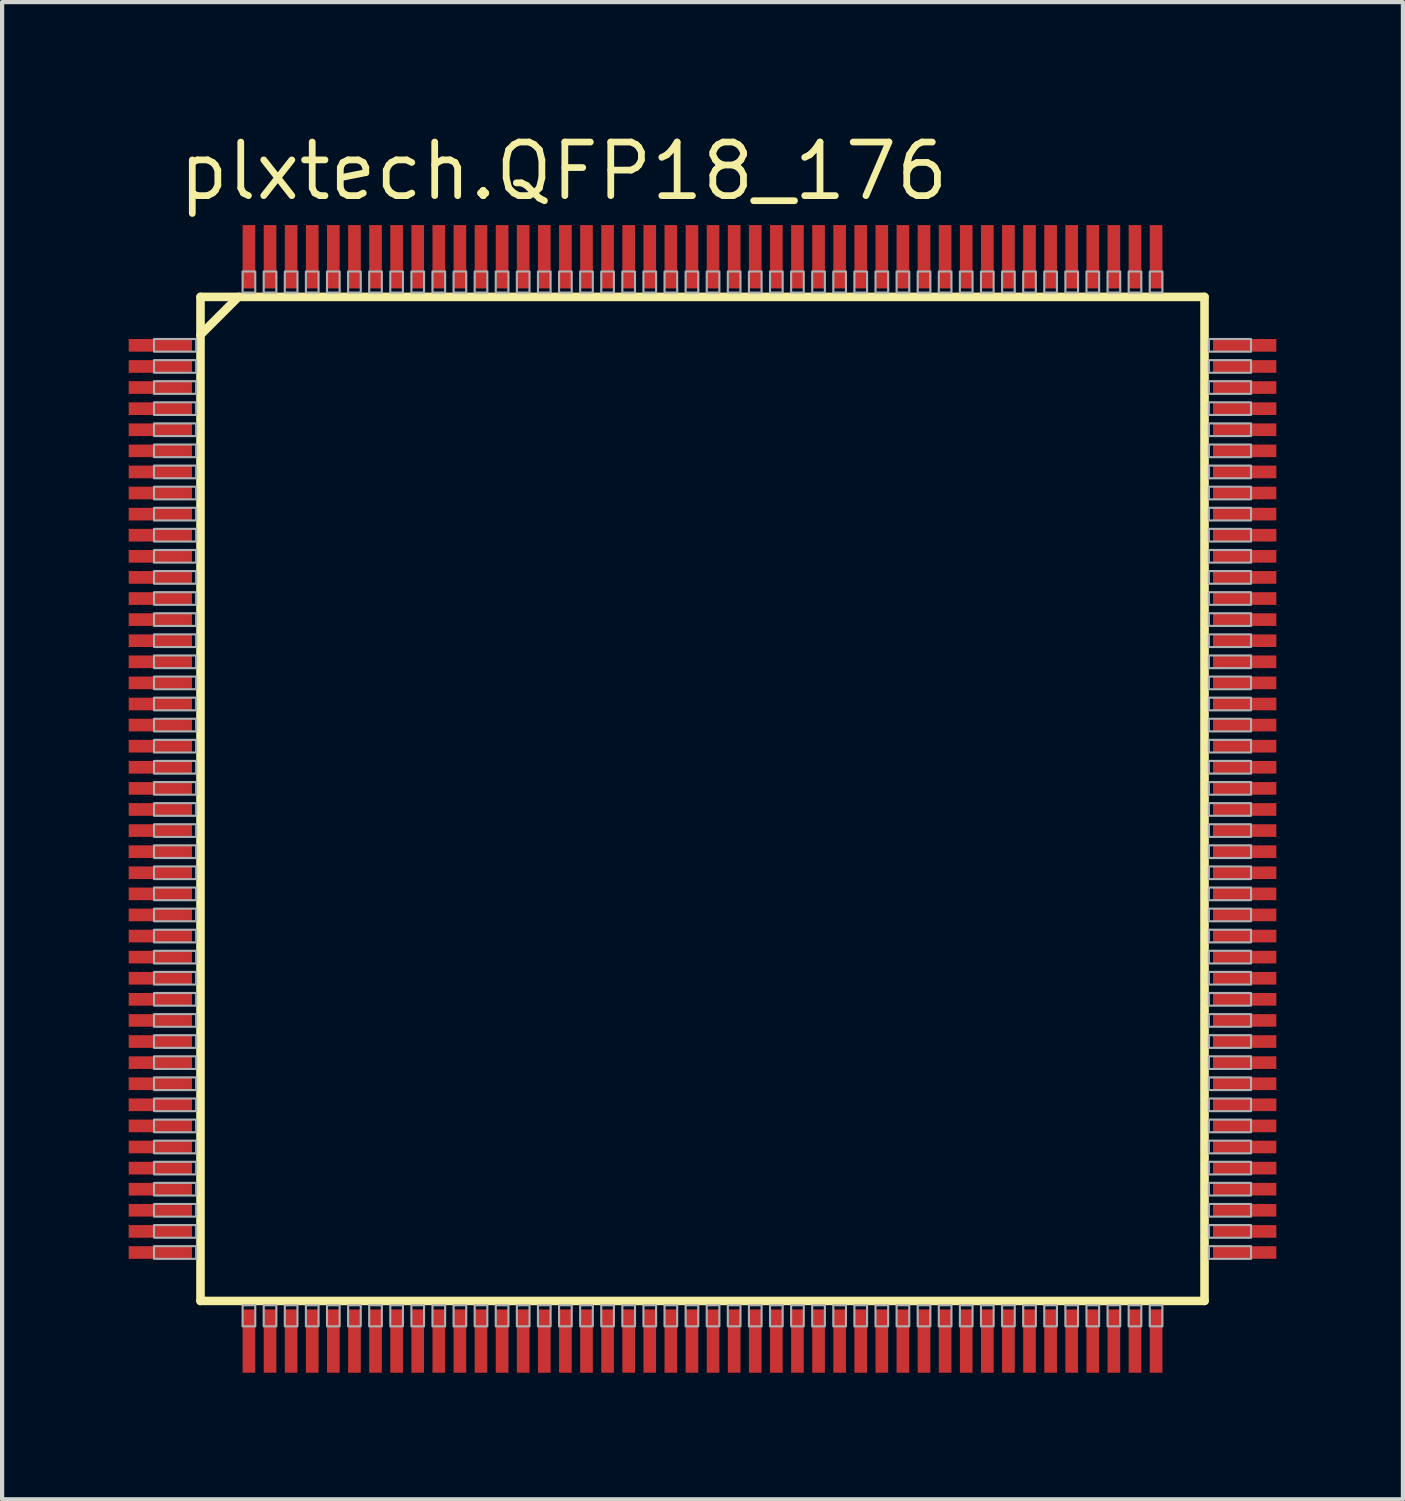
<source format=kicad_pcb>
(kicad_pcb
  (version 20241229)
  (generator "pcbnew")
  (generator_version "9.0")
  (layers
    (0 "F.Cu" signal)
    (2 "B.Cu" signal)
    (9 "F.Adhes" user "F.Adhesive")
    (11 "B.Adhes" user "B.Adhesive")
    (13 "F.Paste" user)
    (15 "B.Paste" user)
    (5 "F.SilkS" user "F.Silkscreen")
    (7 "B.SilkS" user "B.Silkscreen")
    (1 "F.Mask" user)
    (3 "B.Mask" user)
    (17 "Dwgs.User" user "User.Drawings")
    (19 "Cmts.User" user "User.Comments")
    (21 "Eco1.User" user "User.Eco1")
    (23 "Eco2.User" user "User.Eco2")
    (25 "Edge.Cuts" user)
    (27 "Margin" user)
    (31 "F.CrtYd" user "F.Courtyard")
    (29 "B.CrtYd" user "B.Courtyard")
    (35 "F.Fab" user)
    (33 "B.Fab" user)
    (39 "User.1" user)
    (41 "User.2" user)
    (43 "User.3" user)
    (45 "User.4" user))
  (footprint "plxtech.QFP18_176"
    (layer "F.Cu")
    (at 13.6 15.885)
    (property "Reference" "plxtech.QFP18_176" (at -12.5 -14.135 0) (layer "F.SilkS") (effects (font (size 1.27 1.27) (thickness 0.16)) (justify left bottom)))
    (attr smd)
    (fp_line (start -11.898 -11.898) (end -11.898 11.898) (stroke (width 0.203) (type default)) (layer "F.SilkS"))
    (fp_line (start -11.898 -11) (end -11 -11.898) (stroke (width 0.203) (type default)) (layer "F.SilkS"))
    (fp_line (start -11.898 11.898) (end 11.898 11.898) (stroke (width 0.203) (type default)) (layer "F.SilkS"))
    (fp_line (start 11.898 -11.898) (end -11.898 -11.898) (stroke (width 0.203) (type default)) (layer "F.SilkS"))
    (fp_line (start 11.898 11.898) (end 11.898 -11.898) (stroke (width 0.203) (type default)) (layer "F.SilkS"))
    (fp_rect (start -13 -10.6) (end -12 -10.9) (stroke (width 0.05) (type default)) (fill no) (layer "F.Fab"))
    (fp_rect (start -13 -10.1) (end -12 -10.4) (stroke (width 0.05) (type default)) (fill no) (layer "F.Fab"))
    (fp_rect (start -13 -9.6) (end -12 -9.9) (stroke (width 0.05) (type default)) (fill no) (layer "F.Fab"))
    (fp_rect (start -13 -9.1) (end -12 -9.4) (stroke (width 0.05) (type default)) (fill no) (layer "F.Fab"))
    (fp_rect (start -13 -8.6) (end -12 -8.9) (stroke (width 0.05) (type default)) (fill no) (layer "F.Fab"))
    (fp_rect (start -13 -8.1) (end -12 -8.4) (stroke (width 0.05) (type default)) (fill no) (layer "F.Fab"))
    (fp_rect (start -13 -7.6) (end -12 -7.9) (stroke (width 0.05) (type default)) (fill no) (layer "F.Fab"))
    (fp_rect (start -13 -7.1) (end -12 -7.4) (stroke (width 0.05) (type default)) (fill no) (layer "F.Fab"))
    (fp_rect (start -13 -6.6) (end -12 -6.9) (stroke (width 0.05) (type default)) (fill no) (layer "F.Fab"))
    (fp_rect (start -13 -6.1) (end -12 -6.4) (stroke (width 0.05) (type default)) (fill no) (layer "F.Fab"))
    (fp_rect (start -13 -5.6) (end -12 -5.9) (stroke (width 0.05) (type default)) (fill no) (layer "F.Fab"))
    (fp_rect (start -13 -5.1) (end -12 -5.4) (stroke (width 0.05) (type default)) (fill no) (layer "F.Fab"))
    (fp_rect (start -13 -4.6) (end -12 -4.9) (stroke (width 0.05) (type default)) (fill no) (layer "F.Fab"))
    (fp_rect (start -13 -4.1) (end -12 -4.4) (stroke (width 0.05) (type default)) (fill no) (layer "F.Fab"))
    (fp_rect (start -13 -3.6) (end -12 -3.9) (stroke (width 0.05) (type default)) (fill no) (layer "F.Fab"))
    (fp_rect (start -13 -3.1) (end -12 -3.4) (stroke (width 0.05) (type default)) (fill no) (layer "F.Fab"))
    (fp_rect (start -13 -2.6) (end -12 -2.9) (stroke (width 0.05) (type default)) (fill no) (layer "F.Fab"))
    (fp_rect (start -13 -2.1) (end -12 -2.4) (stroke (width 0.05) (type default)) (fill no) (layer "F.Fab"))
    (fp_rect (start -13 -1.6) (end -12 -1.9) (stroke (width 0.05) (type default)) (fill no) (layer "F.Fab"))
    (fp_rect (start -13 -1.1) (end -12 -1.4) (stroke (width 0.05) (type default)) (fill no) (layer "F.Fab"))
    (fp_rect (start -13 -0.6) (end -12 -0.9) (stroke (width 0.05) (type default)) (fill no) (layer "F.Fab"))
    (fp_rect (start -13 -0.1) (end -12 -0.4) (stroke (width 0.05) (type default)) (fill no) (layer "F.Fab"))
    (fp_rect (start -13 0.4) (end -12 0.1) (stroke (width 0.05) (type default)) (fill no) (layer "F.Fab"))
    (fp_rect (start -13 0.9) (end -12 0.6) (stroke (width 0.05) (type default)) (fill no) (layer "F.Fab"))
    (fp_rect (start -13 1.4) (end -12 1.1) (stroke (width 0.05) (type default)) (fill no) (layer "F.Fab"))
    (fp_rect (start -13 1.9) (end -12 1.6) (stroke (width 0.05) (type default)) (fill no) (layer "F.Fab"))
    (fp_rect (start -13 2.4) (end -12 2.1) (stroke (width 0.05) (type default)) (fill no) (layer "F.Fab"))
    (fp_rect (start -13 2.9) (end -12 2.6) (stroke (width 0.05) (type default)) (fill no) (layer "F.Fab"))
    (fp_rect (start -13 3.4) (end -12 3.1) (stroke (width 0.05) (type default)) (fill no) (layer "F.Fab"))
    (fp_rect (start -13 3.9) (end -12 3.6) (stroke (width 0.05) (type default)) (fill no) (layer "F.Fab"))
    (fp_rect (start -13 4.4) (end -12 4.1) (stroke (width 0.05) (type default)) (fill no) (layer "F.Fab"))
    (fp_rect (start -13 4.9) (end -12 4.6) (stroke (width 0.05) (type default)) (fill no) (layer "F.Fab"))
    (fp_rect (start -13 5.4) (end -12 5.1) (stroke (width 0.05) (type default)) (fill no) (layer "F.Fab"))
    (fp_rect (start -13 5.9) (end -12 5.6) (stroke (width 0.05) (type default)) (fill no) (layer "F.Fab"))
    (fp_rect (start -13 6.4) (end -12 6.1) (stroke (width 0.05) (type default)) (fill no) (layer "F.Fab"))
    (fp_rect (start -13 6.9) (end -12 6.6) (stroke (width 0.05) (type default)) (fill no) (layer "F.Fab"))
    (fp_rect (start -13 7.4) (end -12 7.1) (stroke (width 0.05) (type default)) (fill no) (layer "F.Fab"))
    (fp_rect (start -13 7.9) (end -12 7.6) (stroke (width 0.05) (type default)) (fill no) (layer "F.Fab"))
    (fp_rect (start -13 8.4) (end -12 8.1) (stroke (width 0.05) (type default)) (fill no) (layer "F.Fab"))
    (fp_rect (start -13 8.9) (end -12 8.6) (stroke (width 0.05) (type default)) (fill no) (layer "F.Fab"))
    (fp_rect (start -13 9.4) (end -12 9.1) (stroke (width 0.05) (type default)) (fill no) (layer "F.Fab"))
    (fp_rect (start -13 9.9) (end -12 9.6) (stroke (width 0.05) (type default)) (fill no) (layer "F.Fab"))
    (fp_rect (start -13 10.4) (end -12 10.1) (stroke (width 0.05) (type default)) (fill no) (layer "F.Fab"))
    (fp_rect (start -13 10.9) (end -12 10.6) (stroke (width 0.05) (type default)) (fill no) (layer "F.Fab"))
    (fp_rect (start -10.9 -12) (end -10.6 -12.5) (stroke (width 0.05) (type default)) (fill no) (layer "F.Fab"))
    (fp_rect (start -10.9 12.5) (end -10.6 12) (stroke (width 0.05) (type default)) (fill no) (layer "F.Fab"))
    (fp_rect (start -10.4 -12) (end -10.1 -12.5) (stroke (width 0.05) (type default)) (fill no) (layer "F.Fab"))
    (fp_rect (start -10.4 12.5) (end -10.1 12) (stroke (width 0.05) (type default)) (fill no) (layer "F.Fab"))
    (fp_rect (start -9.9 -12) (end -9.6 -12.5) (stroke (width 0.05) (type default)) (fill no) (layer "F.Fab"))
    (fp_rect (start -9.9 12.5) (end -9.6 12) (stroke (width 0.05) (type default)) (fill no) (layer "F.Fab"))
    (fp_rect (start -9.4 -12) (end -9.1 -12.5) (stroke (width 0.05) (type default)) (fill no) (layer "F.Fab"))
    (fp_rect (start -9.4 12.5) (end -9.1 12) (stroke (width 0.05) (type default)) (fill no) (layer "F.Fab"))
    (fp_rect (start -8.9 -12) (end -8.6 -12.5) (stroke (width 0.05) (type default)) (fill no) (layer "F.Fab"))
    (fp_rect (start -8.9 12.5) (end -8.6 12) (stroke (width 0.05) (type default)) (fill no) (layer "F.Fab"))
    (fp_rect (start -8.4 -12) (end -8.1 -12.5) (stroke (width 0.05) (type default)) (fill no) (layer "F.Fab"))
    (fp_rect (start -8.4 12.5) (end -8.1 12) (stroke (width 0.05) (type default)) (fill no) (layer "F.Fab"))
    (fp_rect (start -7.9 -12) (end -7.6 -12.5) (stroke (width 0.05) (type default)) (fill no) (layer "F.Fab"))
    (fp_rect (start -7.9 12.5) (end -7.6 12) (stroke (width 0.05) (type default)) (fill no) (layer "F.Fab"))
    (fp_rect (start -7.4 -12) (end -7.1 -12.5) (stroke (width 0.05) (type default)) (fill no) (layer "F.Fab"))
    (fp_rect (start -7.4 12.5) (end -7.1 12) (stroke (width 0.05) (type default)) (fill no) (layer "F.Fab"))
    (fp_rect (start -6.9 -12) (end -6.6 -12.5) (stroke (width 0.05) (type default)) (fill no) (layer "F.Fab"))
    (fp_rect (start -6.9 12.5) (end -6.6 12) (stroke (width 0.05) (type default)) (fill no) (layer "F.Fab"))
    (fp_rect (start -6.4 -12) (end -6.1 -12.5) (stroke (width 0.05) (type default)) (fill no) (layer "F.Fab"))
    (fp_rect (start -6.4 12.5) (end -6.1 12) (stroke (width 0.05) (type default)) (fill no) (layer "F.Fab"))
    (fp_rect (start -5.9 -12) (end -5.6 -12.5) (stroke (width 0.05) (type default)) (fill no) (layer "F.Fab"))
    (fp_rect (start -5.9 12.5) (end -5.6 12) (stroke (width 0.05) (type default)) (fill no) (layer "F.Fab"))
    (fp_rect (start -5.4 -12) (end -5.1 -12.5) (stroke (width 0.05) (type default)) (fill no) (layer "F.Fab"))
    (fp_rect (start -5.4 12.5) (end -5.1 12) (stroke (width 0.05) (type default)) (fill no) (layer "F.Fab"))
    (fp_rect (start -4.9 -12) (end -4.6 -12.5) (stroke (width 0.05) (type default)) (fill no) (layer "F.Fab"))
    (fp_rect (start -4.9 12.5) (end -4.6 12) (stroke (width 0.05) (type default)) (fill no) (layer "F.Fab"))
    (fp_rect (start -4.4 -12) (end -4.1 -12.5) (stroke (width 0.05) (type default)) (fill no) (layer "F.Fab"))
    (fp_rect (start -4.4 12.5) (end -4.1 12) (stroke (width 0.05) (type default)) (fill no) (layer "F.Fab"))
    (fp_rect (start -3.9 -12) (end -3.6 -12.5) (stroke (width 0.05) (type default)) (fill no) (layer "F.Fab"))
    (fp_rect (start -3.9 12.5) (end -3.6 12) (stroke (width 0.05) (type default)) (fill no) (layer "F.Fab"))
    (fp_rect (start -3.4 -12) (end -3.1 -12.5) (stroke (width 0.05) (type default)) (fill no) (layer "F.Fab"))
    (fp_rect (start -3.4 12.5) (end -3.1 12) (stroke (width 0.05) (type default)) (fill no) (layer "F.Fab"))
    (fp_rect (start -2.9 -12) (end -2.6 -12.5) (stroke (width 0.05) (type default)) (fill no) (layer "F.Fab"))
    (fp_rect (start -2.9 12.5) (end -2.6 12) (stroke (width 0.05) (type default)) (fill no) (layer "F.Fab"))
    (fp_rect (start -2.4 -12) (end -2.1 -12.5) (stroke (width 0.05) (type default)) (fill no) (layer "F.Fab"))
    (fp_rect (start -2.4 12.5) (end -2.1 12) (stroke (width 0.05) (type default)) (fill no) (layer "F.Fab"))
    (fp_rect (start -1.9 -12) (end -1.6 -12.5) (stroke (width 0.05) (type default)) (fill no) (layer "F.Fab"))
    (fp_rect (start -1.9 12.5) (end -1.6 12) (stroke (width 0.05) (type default)) (fill no) (layer "F.Fab"))
    (fp_rect (start -1.4 -12) (end -1.1 -12.5) (stroke (width 0.05) (type default)) (fill no) (layer "F.Fab"))
    (fp_rect (start -1.4 12.5) (end -1.1 12) (stroke (width 0.05) (type default)) (fill no) (layer "F.Fab"))
    (fp_rect (start -0.9 -12) (end -0.6 -12.5) (stroke (width 0.05) (type default)) (fill no) (layer "F.Fab"))
    (fp_rect (start -0.9 12.5) (end -0.6 12) (stroke (width 0.05) (type default)) (fill no) (layer "F.Fab"))
    (fp_rect (start -0.4 -12) (end -0.1 -12.5) (stroke (width 0.05) (type default)) (fill no) (layer "F.Fab"))
    (fp_rect (start -0.4 12.5) (end -0.1 12) (stroke (width 0.05) (type default)) (fill no) (layer "F.Fab"))
    (fp_rect (start 0.1 -12) (end 0.4 -12.5) (stroke (width 0.05) (type default)) (fill no) (layer "F.Fab"))
    (fp_rect (start 0.1 12.5) (end 0.4 12) (stroke (width 0.05) (type default)) (fill no) (layer "F.Fab"))
    (fp_rect (start 0.6 -12) (end 0.9 -12.5) (stroke (width 0.05) (type default)) (fill no) (layer "F.Fab"))
    (fp_rect (start 0.6 12.5) (end 0.9 12) (stroke (width 0.05) (type default)) (fill no) (layer "F.Fab"))
    (fp_rect (start 1.1 -12) (end 1.4 -12.5) (stroke (width 0.05) (type default)) (fill no) (layer "F.Fab"))
    (fp_rect (start 1.1 12.5) (end 1.4 12) (stroke (width 0.05) (type default)) (fill no) (layer "F.Fab"))
    (fp_rect (start 1.6 -12) (end 1.9 -12.5) (stroke (width 0.05) (type default)) (fill no) (layer "F.Fab"))
    (fp_rect (start 1.6 12.5) (end 1.9 12) (stroke (width 0.05) (type default)) (fill no) (layer "F.Fab"))
    (fp_rect (start 2.1 -12) (end 2.4 -12.5) (stroke (width 0.05) (type default)) (fill no) (layer "F.Fab"))
    (fp_rect (start 2.1 12.5) (end 2.4 12) (stroke (width 0.05) (type default)) (fill no) (layer "F.Fab"))
    (fp_rect (start 2.6 -12) (end 2.9 -12.5) (stroke (width 0.05) (type default)) (fill no) (layer "F.Fab"))
    (fp_rect (start 2.6 12.5) (end 2.9 12) (stroke (width 0.05) (type default)) (fill no) (layer "F.Fab"))
    (fp_rect (start 3.1 -12) (end 3.4 -12.5) (stroke (width 0.05) (type default)) (fill no) (layer "F.Fab"))
    (fp_rect (start 3.1 12.5) (end 3.4 12) (stroke (width 0.05) (type default)) (fill no) (layer "F.Fab"))
    (fp_rect (start 3.6 -12) (end 3.9 -12.5) (stroke (width 0.05) (type default)) (fill no) (layer "F.Fab"))
    (fp_rect (start 3.6 12.5) (end 3.9 12) (stroke (width 0.05) (type default)) (fill no) (layer "F.Fab"))
    (fp_rect (start 4.1 -12) (end 4.4 -12.5) (stroke (width 0.05) (type default)) (fill no) (layer "F.Fab"))
    (fp_rect (start 4.1 12.5) (end 4.4 12) (stroke (width 0.05) (type default)) (fill no) (layer "F.Fab"))
    (fp_rect (start 4.6 -12) (end 4.9 -12.5) (stroke (width 0.05) (type default)) (fill no) (layer "F.Fab"))
    (fp_rect (start 4.6 12.5) (end 4.9 12) (stroke (width 0.05) (type default)) (fill no) (layer "F.Fab"))
    (fp_rect (start 5.1 -12) (end 5.4 -12.5) (stroke (width 0.05) (type default)) (fill no) (layer "F.Fab"))
    (fp_rect (start 5.1 12.5) (end 5.4 12) (stroke (width 0.05) (type default)) (fill no) (layer "F.Fab"))
    (fp_rect (start 5.6 -12) (end 5.9 -12.5) (stroke (width 0.05) (type default)) (fill no) (layer "F.Fab"))
    (fp_rect (start 5.6 12.5) (end 5.9 12) (stroke (width 0.05) (type default)) (fill no) (layer "F.Fab"))
    (fp_rect (start 6.1 -12) (end 6.4 -12.5) (stroke (width 0.05) (type default)) (fill no) (layer "F.Fab"))
    (fp_rect (start 6.1 12.5) (end 6.4 12) (stroke (width 0.05) (type default)) (fill no) (layer "F.Fab"))
    (fp_rect (start 6.6 -12) (end 6.9 -12.5) (stroke (width 0.05) (type default)) (fill no) (layer "F.Fab"))
    (fp_rect (start 6.6 12.5) (end 6.9 12) (stroke (width 0.05) (type default)) (fill no) (layer "F.Fab"))
    (fp_rect (start 7.1 -12) (end 7.4 -12.5) (stroke (width 0.05) (type default)) (fill no) (layer "F.Fab"))
    (fp_rect (start 7.1 12.5) (end 7.4 12) (stroke (width 0.05) (type default)) (fill no) (layer "F.Fab"))
    (fp_rect (start 7.6 -12) (end 7.9 -12.5) (stroke (width 0.05) (type default)) (fill no) (layer "F.Fab"))
    (fp_rect (start 7.6 12.5) (end 7.9 12) (stroke (width 0.05) (type default)) (fill no) (layer "F.Fab"))
    (fp_rect (start 8.1 -12) (end 8.4 -12.5) (stroke (width 0.05) (type default)) (fill no) (layer "F.Fab"))
    (fp_rect (start 8.1 12.5) (end 8.4 12) (stroke (width 0.05) (type default)) (fill no) (layer "F.Fab"))
    (fp_rect (start 8.6 -12) (end 8.9 -12.5) (stroke (width 0.05) (type default)) (fill no) (layer "F.Fab"))
    (fp_rect (start 8.6 12.5) (end 8.9 12) (stroke (width 0.05) (type default)) (fill no) (layer "F.Fab"))
    (fp_rect (start 9.1 -12) (end 9.4 -12.5) (stroke (width 0.05) (type default)) (fill no) (layer "F.Fab"))
    (fp_rect (start 9.1 12.5) (end 9.4 12) (stroke (width 0.05) (type default)) (fill no) (layer "F.Fab"))
    (fp_rect (start 9.6 -12) (end 9.9 -12.5) (stroke (width 0.05) (type default)) (fill no) (layer "F.Fab"))
    (fp_rect (start 9.6 12.5) (end 9.9 12) (stroke (width 0.05) (type default)) (fill no) (layer "F.Fab"))
    (fp_rect (start 10.1 -12) (end 10.4 -12.5) (stroke (width 0.05) (type default)) (fill no) (layer "F.Fab"))
    (fp_rect (start 10.1 12.5) (end 10.4 12) (stroke (width 0.05) (type default)) (fill no) (layer "F.Fab"))
    (fp_rect (start 10.6 -12) (end 10.9 -12.5) (stroke (width 0.05) (type default)) (fill no) (layer "F.Fab"))
    (fp_rect (start 10.6 12.5) (end 10.9 12) (stroke (width 0.05) (type default)) (fill no) (layer "F.Fab"))
    (fp_rect (start 12 -10.6) (end 13 -10.9) (stroke (width 0.05) (type default)) (fill no) (layer "F.Fab"))
    (fp_rect (start 12 -10.1) (end 13 -10.4) (stroke (width 0.05) (type default)) (fill no) (layer "F.Fab"))
    (fp_rect (start 12 -9.6) (end 13 -9.9) (stroke (width 0.05) (type default)) (fill no) (layer "F.Fab"))
    (fp_rect (start 12 -9.1) (end 13 -9.4) (stroke (width 0.05) (type default)) (fill no) (layer "F.Fab"))
    (fp_rect (start 12 -8.6) (end 13 -8.9) (stroke (width 0.05) (type default)) (fill no) (layer "F.Fab"))
    (fp_rect (start 12 -8.1) (end 13 -8.4) (stroke (width 0.05) (type default)) (fill no) (layer "F.Fab"))
    (fp_rect (start 12 -7.6) (end 13 -7.9) (stroke (width 0.05) (type default)) (fill no) (layer "F.Fab"))
    (fp_rect (start 12 -7.1) (end 13 -7.4) (stroke (width 0.05) (type default)) (fill no) (layer "F.Fab"))
    (fp_rect (start 12 -6.6) (end 13 -6.9) (stroke (width 0.05) (type default)) (fill no) (layer "F.Fab"))
    (fp_rect (start 12 -6.1) (end 13 -6.4) (stroke (width 0.05) (type default)) (fill no) (layer "F.Fab"))
    (fp_rect (start 12 -5.6) (end 13 -5.9) (stroke (width 0.05) (type default)) (fill no) (layer "F.Fab"))
    (fp_rect (start 12 -5.1) (end 13 -5.4) (stroke (width 0.05) (type default)) (fill no) (layer "F.Fab"))
    (fp_rect (start 12 -4.6) (end 13 -4.9) (stroke (width 0.05) (type default)) (fill no) (layer "F.Fab"))
    (fp_rect (start 12 -4.1) (end 13 -4.4) (stroke (width 0.05) (type default)) (fill no) (layer "F.Fab"))
    (fp_rect (start 12 -3.6) (end 13 -3.9) (stroke (width 0.05) (type default)) (fill no) (layer "F.Fab"))
    (fp_rect (start 12 -3.1) (end 13 -3.4) (stroke (width 0.05) (type default)) (fill no) (layer "F.Fab"))
    (fp_rect (start 12 -2.6) (end 13 -2.9) (stroke (width 0.05) (type default)) (fill no) (layer "F.Fab"))
    (fp_rect (start 12 -2.1) (end 13 -2.4) (stroke (width 0.05) (type default)) (fill no) (layer "F.Fab"))
    (fp_rect (start 12 -1.6) (end 13 -1.9) (stroke (width 0.05) (type default)) (fill no) (layer "F.Fab"))
    (fp_rect (start 12 -1.1) (end 13 -1.4) (stroke (width 0.05) (type default)) (fill no) (layer "F.Fab"))
    (fp_rect (start 12 -0.6) (end 13 -0.9) (stroke (width 0.05) (type default)) (fill no) (layer "F.Fab"))
    (fp_rect (start 12 -0.1) (end 13 -0.4) (stroke (width 0.05) (type default)) (fill no) (layer "F.Fab"))
    (fp_rect (start 12 0.4) (end 13 0.1) (stroke (width 0.05) (type default)) (fill no) (layer "F.Fab"))
    (fp_rect (start 12 0.9) (end 13 0.6) (stroke (width 0.05) (type default)) (fill no) (layer "F.Fab"))
    (fp_rect (start 12 1.4) (end 13 1.1) (stroke (width 0.05) (type default)) (fill no) (layer "F.Fab"))
    (fp_rect (start 12 1.9) (end 13 1.6) (stroke (width 0.05) (type default)) (fill no) (layer "F.Fab"))
    (fp_rect (start 12 2.4) (end 13 2.1) (stroke (width 0.05) (type default)) (fill no) (layer "F.Fab"))
    (fp_rect (start 12 2.9) (end 13 2.6) (stroke (width 0.05) (type default)) (fill no) (layer "F.Fab"))
    (fp_rect (start 12 3.4) (end 13 3.1) (stroke (width 0.05) (type default)) (fill no) (layer "F.Fab"))
    (fp_rect (start 12 3.9) (end 13 3.6) (stroke (width 0.05) (type default)) (fill no) (layer "F.Fab"))
    (fp_rect (start 12 4.4) (end 13 4.1) (stroke (width 0.05) (type default)) (fill no) (layer "F.Fab"))
    (fp_rect (start 12 4.9) (end 13 4.6) (stroke (width 0.05) (type default)) (fill no) (layer "F.Fab"))
    (fp_rect (start 12 5.4) (end 13 5.1) (stroke (width 0.05) (type default)) (fill no) (layer "F.Fab"))
    (fp_rect (start 12 5.9) (end 13 5.6) (stroke (width 0.05) (type default)) (fill no) (layer "F.Fab"))
    (fp_rect (start 12 6.4) (end 13 6.1) (stroke (width 0.05) (type default)) (fill no) (layer "F.Fab"))
    (fp_rect (start 12 6.9) (end 13 6.6) (stroke (width 0.05) (type default)) (fill no) (layer "F.Fab"))
    (fp_rect (start 12 7.4) (end 13 7.1) (stroke (width 0.05) (type default)) (fill no) (layer "F.Fab"))
    (fp_rect (start 12 7.9) (end 13 7.6) (stroke (width 0.05) (type default)) (fill no) (layer "F.Fab"))
    (fp_rect (start 12 8.4) (end 13 8.1) (stroke (width 0.05) (type default)) (fill no) (layer "F.Fab"))
    (fp_rect (start 12 8.9) (end 13 8.6) (stroke (width 0.05) (type default)) (fill no) (layer "F.Fab"))
    (fp_rect (start 12 9.4) (end 13 9.1) (stroke (width 0.05) (type default)) (fill no) (layer "F.Fab"))
    (fp_rect (start 12 9.9) (end 13 9.6) (stroke (width 0.05) (type default)) (fill no) (layer "F.Fab"))
    (fp_rect (start 12 10.4) (end 13 10.1) (stroke (width 0.05) (type default)) (fill no) (layer "F.Fab"))
    (fp_rect (start 12 10.9) (end 13 10.6) (stroke (width 0.05) (type default)) (fill no) (layer "F.Fab"))
    (pad "1" smd roundrect (at -12.85 -10.75) (size 1.5 0.3) (layers "F.Cu" "F.Mask" "F.Paste") (roundrect_rratio 0.01))
    (pad "2" smd roundrect (at -12.85 -10.25) (size 1.5 0.3) (layers "F.Cu" "F.Mask" "F.Paste") (roundrect_rratio 0.01))
    (pad "3" smd roundrect (at -12.85 -9.75) (size 1.5 0.3) (layers "F.Cu" "F.Mask" "F.Paste") (roundrect_rratio 0.01))
    (pad "4" smd roundrect (at -12.85 -9.25) (size 1.5 0.3) (layers "F.Cu" "F.Mask" "F.Paste") (roundrect_rratio 0.01))
    (pad "5" smd roundrect (at -12.85 -8.75) (size 1.5 0.3) (layers "F.Cu" "F.Mask" "F.Paste") (roundrect_rratio 0.01))
    (pad "6" smd roundrect (at -12.85 -8.25) (size 1.5 0.3) (layers "F.Cu" "F.Mask" "F.Paste") (roundrect_rratio 0.01))
    (pad "7" smd roundrect (at -12.85 -7.75) (size 1.5 0.3) (layers "F.Cu" "F.Mask" "F.Paste") (roundrect_rratio 0.01))
    (pad "8" smd roundrect (at -12.85 -7.25) (size 1.5 0.3) (layers "F.Cu" "F.Mask" "F.Paste") (roundrect_rratio 0.01))
    (pad "9" smd roundrect (at -12.85 -6.75) (size 1.5 0.3) (layers "F.Cu" "F.Mask" "F.Paste") (roundrect_rratio 0.01))
    (pad "10" smd roundrect (at -12.85 -6.25) (size 1.5 0.3) (layers "F.Cu" "F.Mask" "F.Paste") (roundrect_rratio 0.01))
    (pad "11" smd roundrect (at -12.85 -5.75) (size 1.5 0.3) (layers "F.Cu" "F.Mask" "F.Paste") (roundrect_rratio 0.01))
    (pad "12" smd roundrect (at -12.85 -5.25) (size 1.5 0.3) (layers "F.Cu" "F.Mask" "F.Paste") (roundrect_rratio 0.01))
    (pad "13" smd roundrect (at -12.85 -4.75) (size 1.5 0.3) (layers "F.Cu" "F.Mask" "F.Paste") (roundrect_rratio 0.01))
    (pad "14" smd roundrect (at -12.85 -4.25) (size 1.5 0.3) (layers "F.Cu" "F.Mask" "F.Paste") (roundrect_rratio 0.01))
    (pad "15" smd roundrect (at -12.85 -3.75) (size 1.5 0.3) (layers "F.Cu" "F.Mask" "F.Paste") (roundrect_rratio 0.01))
    (pad "16" smd roundrect (at -12.85 -3.25) (size 1.5 0.3) (layers "F.Cu" "F.Mask" "F.Paste") (roundrect_rratio 0.01))
    (pad "17" smd roundrect (at -12.85 -2.75) (size 1.5 0.3) (layers "F.Cu" "F.Mask" "F.Paste") (roundrect_rratio 0.01))
    (pad "18" smd roundrect (at -12.85 -2.25) (size 1.5 0.3) (layers "F.Cu" "F.Mask" "F.Paste") (roundrect_rratio 0.01))
    (pad "19" smd roundrect (at -12.85 -1.75) (size 1.5 0.3) (layers "F.Cu" "F.Mask" "F.Paste") (roundrect_rratio 0.01))
    (pad "20" smd roundrect (at -12.85 -1.25) (size 1.5 0.3) (layers "F.Cu" "F.Mask" "F.Paste") (roundrect_rratio 0.01))
    (pad "21" smd roundrect (at -12.85 -0.75) (size 1.5 0.3) (layers "F.Cu" "F.Mask" "F.Paste") (roundrect_rratio 0.01))
    (pad "22" smd roundrect (at -12.85 -0.25) (size 1.5 0.3) (layers "F.Cu" "F.Mask" "F.Paste") (roundrect_rratio 0.01))
    (pad "23" smd roundrect (at -12.85 0.25) (size 1.5 0.3) (layers "F.Cu" "F.Mask" "F.Paste") (roundrect_rratio 0.01))
    (pad "24" smd roundrect (at -12.85 0.75) (size 1.5 0.3) (layers "F.Cu" "F.Mask" "F.Paste") (roundrect_rratio 0.01))
    (pad "25" smd roundrect (at -12.85 1.25) (size 1.5 0.3) (layers "F.Cu" "F.Mask" "F.Paste") (roundrect_rratio 0.01))
    (pad "26" smd roundrect (at -12.85 1.75) (size 1.5 0.3) (layers "F.Cu" "F.Mask" "F.Paste") (roundrect_rratio 0.01))
    (pad "27" smd roundrect (at -12.85 2.25) (size 1.5 0.3) (layers "F.Cu" "F.Mask" "F.Paste") (roundrect_rratio 0.01))
    (pad "28" smd roundrect (at -12.85 2.75) (size 1.5 0.3) (layers "F.Cu" "F.Mask" "F.Paste") (roundrect_rratio 0.01))
    (pad "29" smd roundrect (at -12.85 3.25) (size 1.5 0.3) (layers "F.Cu" "F.Mask" "F.Paste") (roundrect_rratio 0.01))
    (pad "30" smd roundrect (at -12.85 3.75) (size 1.5 0.3) (layers "F.Cu" "F.Mask" "F.Paste") (roundrect_rratio 0.01))
    (pad "31" smd roundrect (at -12.85 4.25) (size 1.5 0.3) (layers "F.Cu" "F.Mask" "F.Paste") (roundrect_rratio 0.01))
    (pad "32" smd roundrect (at -12.85 4.75) (size 1.5 0.3) (layers "F.Cu" "F.Mask" "F.Paste") (roundrect_rratio 0.01))
    (pad "33" smd roundrect (at -12.85 5.25) (size 1.5 0.3) (layers "F.Cu" "F.Mask" "F.Paste") (roundrect_rratio 0.01))
    (pad "34" smd roundrect (at -12.85 5.75) (size 1.5 0.3) (layers "F.Cu" "F.Mask" "F.Paste") (roundrect_rratio 0.01))
    (pad "35" smd roundrect (at -12.85 6.25) (size 1.5 0.3) (layers "F.Cu" "F.Mask" "F.Paste") (roundrect_rratio 0.01))
    (pad "36" smd roundrect (at -12.85 6.75) (size 1.5 0.3) (layers "F.Cu" "F.Mask" "F.Paste") (roundrect_rratio 0.01))
    (pad "37" smd roundrect (at -12.85 7.25) (size 1.5 0.3) (layers "F.Cu" "F.Mask" "F.Paste") (roundrect_rratio 0.01))
    (pad "38" smd roundrect (at -12.85 7.75) (size 1.5 0.3) (layers "F.Cu" "F.Mask" "F.Paste") (roundrect_rratio 0.01))
    (pad "39" smd roundrect (at -12.85 8.25) (size 1.5 0.3) (layers "F.Cu" "F.Mask" "F.Paste") (roundrect_rratio 0.01))
    (pad "40" smd roundrect (at -12.85 8.75) (size 1.5 0.3) (layers "F.Cu" "F.Mask" "F.Paste") (roundrect_rratio 0.01))
    (pad "41" smd roundrect (at -12.85 9.25) (size 1.5 0.3) (layers "F.Cu" "F.Mask" "F.Paste") (roundrect_rratio 0.01))
    (pad "42" smd roundrect (at -12.85 9.75) (size 1.5 0.3) (layers "F.Cu" "F.Mask" "F.Paste") (roundrect_rratio 0.01))
    (pad "43" smd roundrect (at -12.85 10.25) (size 1.5 0.3) (layers "F.Cu" "F.Mask" "F.Paste") (roundrect_rratio 0.01))
    (pad "44" smd roundrect (at -12.85 10.75) (size 1.5 0.3) (layers "F.Cu" "F.Mask" "F.Paste") (roundrect_rratio 0.01))
    (pad "45" smd roundrect (at -10.75 12.85) (size 0.3 1.5) (layers "F.Cu" "F.Mask" "F.Paste") (roundrect_rratio 0.01))
    (pad "46" smd roundrect (at -10.25 12.85) (size 0.3 1.5) (layers "F.Cu" "F.Mask" "F.Paste") (roundrect_rratio 0.01))
    (pad "47" smd roundrect (at -9.75 12.85) (size 0.3 1.5) (layers "F.Cu" "F.Mask" "F.Paste") (roundrect_rratio 0.01))
    (pad "48" smd roundrect (at -9.25 12.85) (size 0.3 1.5) (layers "F.Cu" "F.Mask" "F.Paste") (roundrect_rratio 0.01))
    (pad "49" smd roundrect (at -8.75 12.85) (size 0.3 1.5) (layers "F.Cu" "F.Mask" "F.Paste") (roundrect_rratio 0.01))
    (pad "50" smd roundrect (at -8.25 12.85) (size 0.3 1.5) (layers "F.Cu" "F.Mask" "F.Paste") (roundrect_rratio 0.01))
    (pad "51" smd roundrect (at -7.75 12.85) (size 0.3 1.5) (layers "F.Cu" "F.Mask" "F.Paste") (roundrect_rratio 0.01))
    (pad "52" smd roundrect (at -7.25 12.85) (size 0.3 1.5) (layers "F.Cu" "F.Mask" "F.Paste") (roundrect_rratio 0.01))
    (pad "53" smd roundrect (at -6.75 12.85) (size 0.3 1.5) (layers "F.Cu" "F.Mask" "F.Paste") (roundrect_rratio 0.01))
    (pad "54" smd roundrect (at -6.25 12.85) (size 0.3 1.5) (layers "F.Cu" "F.Mask" "F.Paste") (roundrect_rratio 0.01))
    (pad "55" smd roundrect (at -5.75 12.85) (size 0.3 1.5) (layers "F.Cu" "F.Mask" "F.Paste") (roundrect_rratio 0.01))
    (pad "56" smd roundrect (at -5.25 12.85) (size 0.3 1.5) (layers "F.Cu" "F.Mask" "F.Paste") (roundrect_rratio 0.01))
    (pad "57" smd roundrect (at -4.75 12.85) (size 0.3 1.5) (layers "F.Cu" "F.Mask" "F.Paste") (roundrect_rratio 0.01))
    (pad "58" smd roundrect (at -4.25 12.85) (size 0.3 1.5) (layers "F.Cu" "F.Mask" "F.Paste") (roundrect_rratio 0.01))
    (pad "59" smd roundrect (at -3.75 12.85) (size 0.3 1.5) (layers "F.Cu" "F.Mask" "F.Paste") (roundrect_rratio 0.01))
    (pad "60" smd roundrect (at -3.25 12.85) (size 0.3 1.5) (layers "F.Cu" "F.Mask" "F.Paste") (roundrect_rratio 0.01))
    (pad "61" smd roundrect (at -2.75 12.85) (size 0.3 1.5) (layers "F.Cu" "F.Mask" "F.Paste") (roundrect_rratio 0.01))
    (pad "62" smd roundrect (at -2.25 12.85) (size 0.3 1.5) (layers "F.Cu" "F.Mask" "F.Paste") (roundrect_rratio 0.01))
    (pad "63" smd roundrect (at -1.75 12.85) (size 0.3 1.5) (layers "F.Cu" "F.Mask" "F.Paste") (roundrect_rratio 0.01))
    (pad "64" smd roundrect (at -1.25 12.85) (size 0.3 1.5) (layers "F.Cu" "F.Mask" "F.Paste") (roundrect_rratio 0.01))
    (pad "65" smd roundrect (at -0.75 12.85) (size 0.3 1.5) (layers "F.Cu" "F.Mask" "F.Paste") (roundrect_rratio 0.01))
    (pad "66" smd roundrect (at -0.25 12.85) (size 0.3 1.5) (layers "F.Cu" "F.Mask" "F.Paste") (roundrect_rratio 0.01))
    (pad "67" smd roundrect (at 0.25 12.85) (size 0.3 1.5) (layers "F.Cu" "F.Mask" "F.Paste") (roundrect_rratio 0.01))
    (pad "68" smd roundrect (at 0.75 12.85) (size 0.3 1.5) (layers "F.Cu" "F.Mask" "F.Paste") (roundrect_rratio 0.01))
    (pad "69" smd roundrect (at 1.25 12.85) (size 0.3 1.5) (layers "F.Cu" "F.Mask" "F.Paste") (roundrect_rratio 0.01))
    (pad "70" smd roundrect (at 1.75 12.85) (size 0.3 1.5) (layers "F.Cu" "F.Mask" "F.Paste") (roundrect_rratio 0.01))
    (pad "71" smd roundrect (at 2.25 12.85) (size 0.3 1.5) (layers "F.Cu" "F.Mask" "F.Paste") (roundrect_rratio 0.01))
    (pad "72" smd roundrect (at 2.75 12.85) (size 0.3 1.5) (layers "F.Cu" "F.Mask" "F.Paste") (roundrect_rratio 0.01))
    (pad "73" smd roundrect (at 3.25 12.85) (size 0.3 1.5) (layers "F.Cu" "F.Mask" "F.Paste") (roundrect_rratio 0.01))
    (pad "74" smd roundrect (at 3.75 12.85) (size 0.3 1.5) (layers "F.Cu" "F.Mask" "F.Paste") (roundrect_rratio 0.01))
    (pad "75" smd roundrect (at 4.25 12.85) (size 0.3 1.5) (layers "F.Cu" "F.Mask" "F.Paste") (roundrect_rratio 0.01))
    (pad "76" smd roundrect (at 4.75 12.85) (size 0.3 1.5) (layers "F.Cu" "F.Mask" "F.Paste") (roundrect_rratio 0.01))
    (pad "77" smd roundrect (at 5.25 12.85) (size 0.3 1.5) (layers "F.Cu" "F.Mask" "F.Paste") (roundrect_rratio 0.01))
    (pad "78" smd roundrect (at 5.75 12.85) (size 0.3 1.5) (layers "F.Cu" "F.Mask" "F.Paste") (roundrect_rratio 0.01))
    (pad "79" smd roundrect (at 6.25 12.85) (size 0.3 1.5) (layers "F.Cu" "F.Mask" "F.Paste") (roundrect_rratio 0.01))
    (pad "80" smd roundrect (at 6.75 12.85) (size 0.3 1.5) (layers "F.Cu" "F.Mask" "F.Paste") (roundrect_rratio 0.01))
    (pad "81" smd roundrect (at 7.25 12.85) (size 0.3 1.5) (layers "F.Cu" "F.Mask" "F.Paste") (roundrect_rratio 0.01))
    (pad "82" smd roundrect (at 7.75 12.85) (size 0.3 1.5) (layers "F.Cu" "F.Mask" "F.Paste") (roundrect_rratio 0.01))
    (pad "83" smd roundrect (at 8.25 12.85) (size 0.3 1.5) (layers "F.Cu" "F.Mask" "F.Paste") (roundrect_rratio 0.01))
    (pad "84" smd roundrect (at 8.75 12.85) (size 0.3 1.5) (layers "F.Cu" "F.Mask" "F.Paste") (roundrect_rratio 0.01))
    (pad "85" smd roundrect (at 9.25 12.85) (size 0.3 1.5) (layers "F.Cu" "F.Mask" "F.Paste") (roundrect_rratio 0.01))
    (pad "86" smd roundrect (at 9.75 12.85) (size 0.3 1.5) (layers "F.Cu" "F.Mask" "F.Paste") (roundrect_rratio 0.01))
    (pad "87" smd roundrect (at 10.25 12.85) (size 0.3 1.5) (layers "F.Cu" "F.Mask" "F.Paste") (roundrect_rratio 0.01))
    (pad "88" smd roundrect (at 10.75 12.85) (size 0.3 1.5) (layers "F.Cu" "F.Mask" "F.Paste") (roundrect_rratio 0.01))
    (pad "89" smd roundrect (at 12.85 10.75) (size 1.5 0.3) (layers "F.Cu" "F.Mask" "F.Paste") (roundrect_rratio 0.01))
    (pad "90" smd roundrect (at 12.85 10.25) (size 1.5 0.3) (layers "F.Cu" "F.Mask" "F.Paste") (roundrect_rratio 0.01))
    (pad "91" smd roundrect (at 12.85 9.75) (size 1.5 0.3) (layers "F.Cu" "F.Mask" "F.Paste") (roundrect_rratio 0.01))
    (pad "92" smd roundrect (at 12.85 9.25) (size 1.5 0.3) (layers "F.Cu" "F.Mask" "F.Paste") (roundrect_rratio 0.01))
    (pad "93" smd roundrect (at 12.85 8.75) (size 1.5 0.3) (layers "F.Cu" "F.Mask" "F.Paste") (roundrect_rratio 0.01))
    (pad "94" smd roundrect (at 12.85 8.25) (size 1.5 0.3) (layers "F.Cu" "F.Mask" "F.Paste") (roundrect_rratio 0.01))
    (pad "95" smd roundrect (at 12.85 7.75) (size 1.5 0.3) (layers "F.Cu" "F.Mask" "F.Paste") (roundrect_rratio 0.01))
    (pad "96" smd roundrect (at 12.85 7.25) (size 1.5 0.3) (layers "F.Cu" "F.Mask" "F.Paste") (roundrect_rratio 0.01))
    (pad "97" smd roundrect (at 12.85 6.75) (size 1.5 0.3) (layers "F.Cu" "F.Mask" "F.Paste") (roundrect_rratio 0.01))
    (pad "98" smd roundrect (at 12.85 6.25) (size 1.5 0.3) (layers "F.Cu" "F.Mask" "F.Paste") (roundrect_rratio 0.01))
    (pad "99" smd roundrect (at 12.85 5.75) (size 1.5 0.3) (layers "F.Cu" "F.Mask" "F.Paste") (roundrect_rratio 0.01))
    (pad "100" smd roundrect (at 12.85 5.25) (size 1.5 0.3) (layers "F.Cu" "F.Mask" "F.Paste") (roundrect_rratio 0.01))
    (pad "101" smd roundrect (at 12.85 4.75) (size 1.5 0.3) (layers "F.Cu" "F.Mask" "F.Paste") (roundrect_rratio 0.01))
    (pad "102" smd roundrect (at 12.85 4.25) (size 1.5 0.3) (layers "F.Cu" "F.Mask" "F.Paste") (roundrect_rratio 0.01))
    (pad "103" smd roundrect (at 12.85 3.75) (size 1.5 0.3) (layers "F.Cu" "F.Mask" "F.Paste") (roundrect_rratio 0.01))
    (pad "104" smd roundrect (at 12.85 3.25) (size 1.5 0.3) (layers "F.Cu" "F.Mask" "F.Paste") (roundrect_rratio 0.01))
    (pad "105" smd roundrect (at 12.85 2.75) (size 1.5 0.3) (layers "F.Cu" "F.Mask" "F.Paste") (roundrect_rratio 0.01))
    (pad "106" smd roundrect (at 12.85 2.25) (size 1.5 0.3) (layers "F.Cu" "F.Mask" "F.Paste") (roundrect_rratio 0.01))
    (pad "107" smd roundrect (at 12.85 1.75) (size 1.5 0.3) (layers "F.Cu" "F.Mask" "F.Paste") (roundrect_rratio 0.01))
    (pad "108" smd roundrect (at 12.85 1.25) (size 1.5 0.3) (layers "F.Cu" "F.Mask" "F.Paste") (roundrect_rratio 0.01))
    (pad "109" smd roundrect (at 12.85 0.75) (size 1.5 0.3) (layers "F.Cu" "F.Mask" "F.Paste") (roundrect_rratio 0.01))
    (pad "110" smd roundrect (at 12.85 0.25) (size 1.5 0.3) (layers "F.Cu" "F.Mask" "F.Paste") (roundrect_rratio 0.01))
    (pad "111" smd roundrect (at 12.85 -0.25) (size 1.5 0.3) (layers "F.Cu" "F.Mask" "F.Paste") (roundrect_rratio 0.01))
    (pad "112" smd roundrect (at 12.85 -0.75) (size 1.5 0.3) (layers "F.Cu" "F.Mask" "F.Paste") (roundrect_rratio 0.01))
    (pad "113" smd roundrect (at 12.85 -1.25) (size 1.5 0.3) (layers "F.Cu" "F.Mask" "F.Paste") (roundrect_rratio 0.01))
    (pad "114" smd roundrect (at 12.85 -1.75) (size 1.5 0.3) (layers "F.Cu" "F.Mask" "F.Paste") (roundrect_rratio 0.01))
    (pad "115" smd roundrect (at 12.85 -2.25) (size 1.5 0.3) (layers "F.Cu" "F.Mask" "F.Paste") (roundrect_rratio 0.01))
    (pad "116" smd roundrect (at 12.85 -2.75) (size 1.5 0.3) (layers "F.Cu" "F.Mask" "F.Paste") (roundrect_rratio 0.01))
    (pad "117" smd roundrect (at 12.85 -3.25) (size 1.5 0.3) (layers "F.Cu" "F.Mask" "F.Paste") (roundrect_rratio 0.01))
    (pad "118" smd roundrect (at 12.85 -3.75) (size 1.5 0.3) (layers "F.Cu" "F.Mask" "F.Paste") (roundrect_rratio 0.01))
    (pad "119" smd roundrect (at 12.85 -4.25) (size 1.5 0.3) (layers "F.Cu" "F.Mask" "F.Paste") (roundrect_rratio 0.01))
    (pad "120" smd roundrect (at 12.85 -4.75) (size 1.5 0.3) (layers "F.Cu" "F.Mask" "F.Paste") (roundrect_rratio 0.01))
    (pad "121" smd roundrect (at 12.85 -5.25) (size 1.5 0.3) (layers "F.Cu" "F.Mask" "F.Paste") (roundrect_rratio 0.01))
    (pad "122" smd roundrect (at 12.85 -5.75) (size 1.5 0.3) (layers "F.Cu" "F.Mask" "F.Paste") (roundrect_rratio 0.01))
    (pad "123" smd roundrect (at 12.85 -6.25) (size 1.5 0.3) (layers "F.Cu" "F.Mask" "F.Paste") (roundrect_rratio 0.01))
    (pad "124" smd roundrect (at 12.85 -6.75) (size 1.5 0.3) (layers "F.Cu" "F.Mask" "F.Paste") (roundrect_rratio 0.01))
    (pad "125" smd roundrect (at 12.85 -7.25) (size 1.5 0.3) (layers "F.Cu" "F.Mask" "F.Paste") (roundrect_rratio 0.01))
    (pad "126" smd roundrect (at 12.85 -7.75) (size 1.5 0.3) (layers "F.Cu" "F.Mask" "F.Paste") (roundrect_rratio 0.01))
    (pad "127" smd roundrect (at 12.85 -8.25) (size 1.5 0.3) (layers "F.Cu" "F.Mask" "F.Paste") (roundrect_rratio 0.01))
    (pad "128" smd roundrect (at 12.85 -8.75) (size 1.5 0.3) (layers "F.Cu" "F.Mask" "F.Paste") (roundrect_rratio 0.01))
    (pad "129" smd roundrect (at 12.85 -9.25) (size 1.5 0.3) (layers "F.Cu" "F.Mask" "F.Paste") (roundrect_rratio 0.01))
    (pad "130" smd roundrect (at 12.85 -9.75) (size 1.5 0.3) (layers "F.Cu" "F.Mask" "F.Paste") (roundrect_rratio 0.01))
    (pad "131" smd roundrect (at 12.85 -10.25) (size 1.5 0.3) (layers "F.Cu" "F.Mask" "F.Paste") (roundrect_rratio 0.01))
    (pad "132" smd roundrect (at 12.85 -10.75) (size 1.5 0.3) (layers "F.Cu" "F.Mask" "F.Paste") (roundrect_rratio 0.01))
    (pad "133" smd roundrect (at 10.75 -12.85) (size 0.3 1.5) (layers "F.Cu" "F.Mask" "F.Paste") (roundrect_rratio 0.01))
    (pad "134" smd roundrect (at 10.25 -12.85) (size 0.3 1.5) (layers "F.Cu" "F.Mask" "F.Paste") (roundrect_rratio 0.01))
    (pad "135" smd roundrect (at 9.75 -12.85) (size 0.3 1.5) (layers "F.Cu" "F.Mask" "F.Paste") (roundrect_rratio 0.01))
    (pad "136" smd roundrect (at 9.25 -12.85) (size 0.3 1.5) (layers "F.Cu" "F.Mask" "F.Paste") (roundrect_rratio 0.01))
    (pad "137" smd roundrect (at 8.75 -12.85) (size 0.3 1.5) (layers "F.Cu" "F.Mask" "F.Paste") (roundrect_rratio 0.01))
    (pad "138" smd roundrect (at 8.25 -12.85) (size 0.3 1.5) (layers "F.Cu" "F.Mask" "F.Paste") (roundrect_rratio 0.01))
    (pad "139" smd roundrect (at 7.75 -12.85) (size 0.3 1.5) (layers "F.Cu" "F.Mask" "F.Paste") (roundrect_rratio 0.01))
    (pad "140" smd roundrect (at 7.25 -12.85) (size 0.3 1.5) (layers "F.Cu" "F.Mask" "F.Paste") (roundrect_rratio 0.01))
    (pad "141" smd roundrect (at 6.75 -12.85) (size 0.3 1.5) (layers "F.Cu" "F.Mask" "F.Paste") (roundrect_rratio 0.01))
    (pad "142" smd roundrect (at 6.25 -12.85) (size 0.3 1.5) (layers "F.Cu" "F.Mask" "F.Paste") (roundrect_rratio 0.01))
    (pad "143" smd roundrect (at 5.75 -12.85) (size 0.3 1.5) (layers "F.Cu" "F.Mask" "F.Paste") (roundrect_rratio 0.01))
    (pad "144" smd roundrect (at 5.25 -12.85) (size 0.3 1.5) (layers "F.Cu" "F.Mask" "F.Paste") (roundrect_rratio 0.01))
    (pad "145" smd roundrect (at 4.75 -12.85) (size 0.3 1.5) (layers "F.Cu" "F.Mask" "F.Paste") (roundrect_rratio 0.01))
    (pad "146" smd roundrect (at 4.25 -12.85) (size 0.3 1.5) (layers "F.Cu" "F.Mask" "F.Paste") (roundrect_rratio 0.01))
    (pad "147" smd roundrect (at 3.75 -12.85) (size 0.3 1.5) (layers "F.Cu" "F.Mask" "F.Paste") (roundrect_rratio 0.01))
    (pad "148" smd roundrect (at 3.25 -12.85) (size 0.3 1.5) (layers "F.Cu" "F.Mask" "F.Paste") (roundrect_rratio 0.01))
    (pad "149" smd roundrect (at 2.75 -12.85) (size 0.3 1.5) (layers "F.Cu" "F.Mask" "F.Paste") (roundrect_rratio 0.01))
    (pad "150" smd roundrect (at 2.25 -12.85) (size 0.3 1.5) (layers "F.Cu" "F.Mask" "F.Paste") (roundrect_rratio 0.01))
    (pad "151" smd roundrect (at 1.75 -12.85) (size 0.3 1.5) (layers "F.Cu" "F.Mask" "F.Paste") (roundrect_rratio 0.01))
    (pad "152" smd roundrect (at 1.25 -12.85) (size 0.3 1.5) (layers "F.Cu" "F.Mask" "F.Paste") (roundrect_rratio 0.01))
    (pad "153" smd roundrect (at 0.75 -12.85) (size 0.3 1.5) (layers "F.Cu" "F.Mask" "F.Paste") (roundrect_rratio 0.01))
    (pad "154" smd roundrect (at 0.25 -12.85) (size 0.3 1.5) (layers "F.Cu" "F.Mask" "F.Paste") (roundrect_rratio 0.01))
    (pad "155" smd roundrect (at -0.25 -12.85) (size 0.3 1.5) (layers "F.Cu" "F.Mask" "F.Paste") (roundrect_rratio 0.01))
    (pad "156" smd roundrect (at -0.75 -12.85) (size 0.3 1.5) (layers "F.Cu" "F.Mask" "F.Paste") (roundrect_rratio 0.01))
    (pad "157" smd roundrect (at -1.25 -12.85) (size 0.3 1.5) (layers "F.Cu" "F.Mask" "F.Paste") (roundrect_rratio 0.01))
    (pad "158" smd roundrect (at -1.75 -12.85) (size 0.3 1.5) (layers "F.Cu" "F.Mask" "F.Paste") (roundrect_rratio 0.01))
    (pad "159" smd roundrect (at -2.25 -12.85) (size 0.3 1.5) (layers "F.Cu" "F.Mask" "F.Paste") (roundrect_rratio 0.01))
    (pad "160" smd roundrect (at -2.75 -12.85) (size 0.3 1.5) (layers "F.Cu" "F.Mask" "F.Paste") (roundrect_rratio 0.01))
    (pad "161" smd roundrect (at -3.25 -12.85) (size 0.3 1.5) (layers "F.Cu" "F.Mask" "F.Paste") (roundrect_rratio 0.01))
    (pad "162" smd roundrect (at -3.75 -12.85) (size 0.3 1.5) (layers "F.Cu" "F.Mask" "F.Paste") (roundrect_rratio 0.01))
    (pad "163" smd roundrect (at -4.25 -12.85) (size 0.3 1.5) (layers "F.Cu" "F.Mask" "F.Paste") (roundrect_rratio 0.01))
    (pad "164" smd roundrect (at -4.75 -12.85) (size 0.3 1.5) (layers "F.Cu" "F.Mask" "F.Paste") (roundrect_rratio 0.01))
    (pad "165" smd roundrect (at -5.25 -12.85) (size 0.3 1.5) (layers "F.Cu" "F.Mask" "F.Paste") (roundrect_rratio 0.01))
    (pad "166" smd roundrect (at -5.75 -12.85) (size 0.3 1.5) (layers "F.Cu" "F.Mask" "F.Paste") (roundrect_rratio 0.01))
    (pad "167" smd roundrect (at -6.25 -12.85) (size 0.3 1.5) (layers "F.Cu" "F.Mask" "F.Paste") (roundrect_rratio 0.01))
    (pad "168" smd roundrect (at -6.75 -12.85) (size 0.3 1.5) (layers "F.Cu" "F.Mask" "F.Paste") (roundrect_rratio 0.01))
    (pad "169" smd roundrect (at -7.25 -12.85) (size 0.3 1.5) (layers "F.Cu" "F.Mask" "F.Paste") (roundrect_rratio 0.01))
    (pad "170" smd roundrect (at -7.75 -12.85) (size 0.3 1.5) (layers "F.Cu" "F.Mask" "F.Paste") (roundrect_rratio 0.01))
    (pad "171" smd roundrect (at -8.25 -12.85) (size 0.3 1.5) (layers "F.Cu" "F.Mask" "F.Paste") (roundrect_rratio 0.01))
    (pad "172" smd roundrect (at -8.75 -12.85) (size 0.3 1.5) (layers "F.Cu" "F.Mask" "F.Paste") (roundrect_rratio 0.01))
    (pad "173" smd roundrect (at -9.25 -12.85) (size 0.3 1.5) (layers "F.Cu" "F.Mask" "F.Paste") (roundrect_rratio 0.01))
    (pad "174" smd roundrect (at -9.75 -12.85) (size 0.3 1.5) (layers "F.Cu" "F.Mask" "F.Paste") (roundrect_rratio 0.01))
    (pad "175" smd roundrect (at -10.25 -12.85) (size 0.3 1.5) (layers "F.Cu" "F.Mask" "F.Paste") (roundrect_rratio 0.01))
    (pad "176" smd roundrect (at -10.75 -12.85) (size 0.3 1.5) (layers "F.Cu" "F.Mask" "F.Paste") (roundrect_rratio 0.01)))
  (gr_rect
    (start -3 -3)
    (end 30.2 32.485)
    (stroke (width 0.1) (type default))
    (fill no)
    (layer "Edge.Cuts")))
</source>
